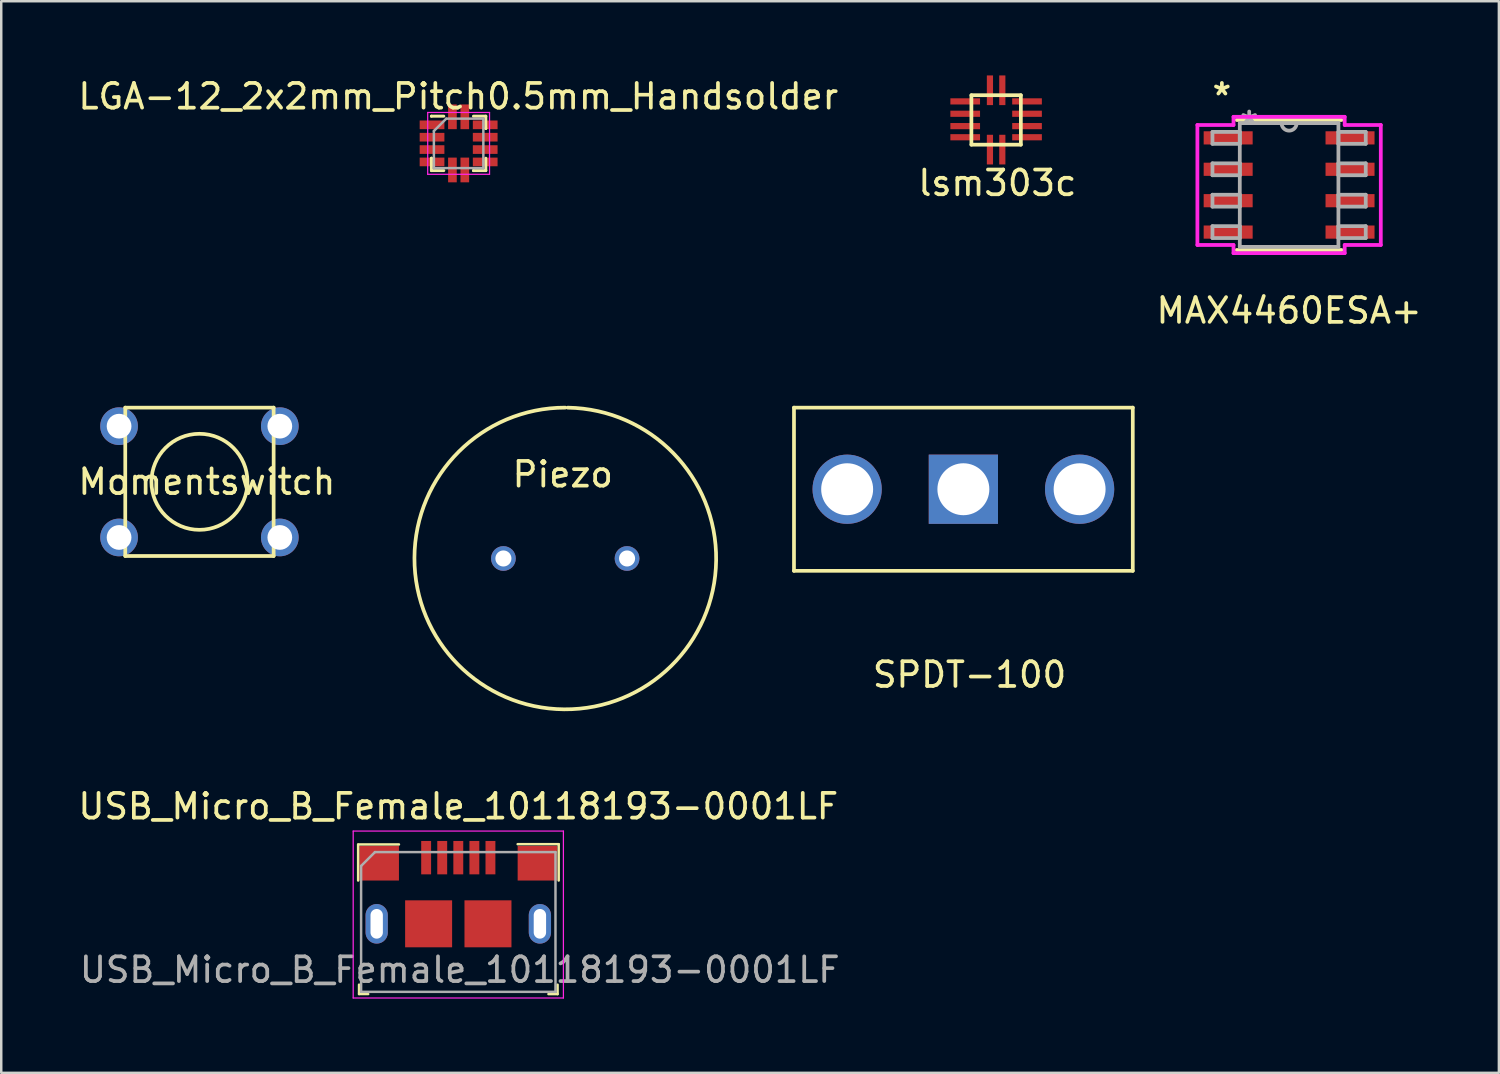
<source format=kicad_pcb>
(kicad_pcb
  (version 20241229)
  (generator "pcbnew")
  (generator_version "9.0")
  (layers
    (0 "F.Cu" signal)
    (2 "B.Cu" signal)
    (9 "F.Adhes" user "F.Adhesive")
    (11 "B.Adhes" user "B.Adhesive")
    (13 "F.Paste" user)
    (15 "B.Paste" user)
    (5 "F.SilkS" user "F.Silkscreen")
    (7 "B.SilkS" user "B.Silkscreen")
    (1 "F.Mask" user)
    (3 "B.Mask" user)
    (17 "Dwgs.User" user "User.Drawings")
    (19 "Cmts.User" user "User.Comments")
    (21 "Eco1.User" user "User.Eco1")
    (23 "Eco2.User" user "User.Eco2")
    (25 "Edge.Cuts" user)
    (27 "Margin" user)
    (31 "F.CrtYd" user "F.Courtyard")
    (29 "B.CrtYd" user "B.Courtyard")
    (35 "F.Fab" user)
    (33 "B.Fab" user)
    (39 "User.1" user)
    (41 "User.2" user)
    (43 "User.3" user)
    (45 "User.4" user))
  (footprint "lsm303c"
    (layer "F.Cu")
    (at 37.23 1.8)
    (property "Reference" "lsm303c" (at 0.05 2.55 0) (layer "F.SilkS") (effects (font (size 1 1) (thickness 0.15))))
    (attr through_hole)
    (fp_line (start -1 -1) (end 1 -1) (stroke (width 0.15) (type solid)) (layer "F.SilkS"))
    (fp_line (start -1 1) (end -1 -1) (stroke (width 0.15) (type solid)) (layer "F.SilkS"))
    (fp_line (start 1 -1) (end 1 1) (stroke (width 0.15) (type solid)) (layer "F.SilkS"))
    (fp_line (start 1 1) (end -1 1) (stroke (width 0.15) (type solid)) (layer "F.SilkS"))
    (pad "1" smd rect (at 1.25 0.7) (size 1.2 0.25) (layers "F.Cu" "F.Mask" "F.Paste"))
    (pad "2" smd rect (at 1.25 0.25) (size 1.2 0.25) (layers "F.Cu" "F.Mask" "F.Paste"))
    (pad "3" smd rect (at 1.25 -0.25) (size 1.2 0.25) (layers "F.Cu" "F.Mask" "F.Paste"))
    (pad "4" smd rect (at 1.25 -0.75) (size 1.2 0.25) (layers "F.Cu" "F.Mask" "F.Paste"))
    (pad "5" smd rect (at 0.25 -1.2) (size 0.25 1.2) (layers "F.Cu" "F.Mask" "F.Paste"))
    (pad "6" smd rect (at -0.25 -1.2) (size 0.25 1.2) (layers "F.Cu" "F.Mask" "F.Paste"))
    (pad "7" smd rect (at -1.25 -0.75) (size 1.2 0.25) (layers "F.Cu" "F.Mask" "F.Paste"))
    (pad "8" smd rect (at -1.25 -0.25) (size 1.2 0.25) (layers "F.Cu" "F.Mask" "F.Paste"))
    (pad "9" smd rect (at -1.25 0.25) (size 1.2 0.25) (layers "F.Cu" "F.Mask" "F.Paste"))
    (pad "10" smd rect (at -1.25 0.7) (size 1.2 0.25) (layers "F.Cu" "F.Mask" "F.Paste"))
    (pad "11" smd rect (at -0.25 1.2) (size 0.25 1.2) (layers "F.Cu" "F.Mask" "F.Paste"))
    (pad "12" smd rect (at 0.25 1.2) (size 0.25 1.2) (layers "F.Cu" "F.Mask" "F.Paste")))
  (footprint "SPDT-100"
    (layer "F.Cu")
    (at 35.906 16.733)
    (property "Reference" "SPDT-100" (at 0.25 7.5 0) (layer "F.SilkS") (effects (font (size 1 1) (thickness 0.15))))
    (attr through_hole)
    (fp_line (start -6.85 3.3) (end -6.85 -3.3) (stroke (width 0.15) (type solid)) (layer "F.SilkS"))
    (fp_line (start -6.85 3.3) (end 6.85 3.3) (stroke (width 0.15) (type solid)) (layer "F.SilkS"))
    (fp_line (start 6.85 -3.3) (end -6.85 -3.3) (stroke (width 0.15) (type solid)) (layer "F.SilkS"))
    (fp_line (start 6.85 3.3) (end 6.85 -3.3) (stroke (width 0.15) (type solid)) (layer "F.SilkS"))
    (pad "1" thru_hole circle (at -4.7 0) (size 2.8 2.8) (drill 2.1) (layers "*.Cu" "*.Mask"))
    (pad "2" thru_hole rect (at 0 0) (size 2.8 2.8) (drill 2.1) (layers "*.Cu" "*.Mask"))
    (pad "3" thru_hole circle (at 4.7 0) (size 2.8 2.8) (drill 2.1) (layers "*.Cu" "*.Mask")))
  (footprint "LGA-12_2x2mm_Pitch0.5mm_Handsolder"
    (layer "F.Cu")
    (at 15.495 2.748)
    (property "Reference" "LGA-12_2x2mm_Pitch0.5mm_Handsolder" (at -0.013 -1.9 0) (layer "F.SilkS") (effects (font (size 1 1) (thickness 0.15))))
    (attr smd)
    (fp_line (start -1.1 -1.1) (end -1.1 -1.1) (stroke (width 0.12) (type solid)) (layer "F.SilkS"))
    (fp_line (start -1.1 0.6) (end -1.1 0.6) (stroke (width 0.12) (type solid)) (layer "F.SilkS"))
    (fp_line (start -1.1 1.1) (end -1.1 0.6) (stroke (width 0.12) (type solid)) (layer "F.SilkS"))
    (fp_line (start -0.6 -1.1) (end -1.1 -1.1) (stroke (width 0.12) (type solid)) (layer "F.SilkS"))
    (fp_line (start -0.6 1.1) (end -1.1 1.1) (stroke (width 0.12) (type solid)) (layer "F.SilkS"))
    (fp_line (start 0.6 -1.1) (end 1.1 -1.1) (stroke (width 0.12) (type solid)) (layer "F.SilkS"))
    (fp_line (start 0.6 1.1) (end 0.6 1.1) (stroke (width 0.12) (type solid)) (layer "F.SilkS"))
    (fp_line (start 1.1 -1.1) (end 1.1 -0.6) (stroke (width 0.12) (type solid)) (layer "F.SilkS"))
    (fp_line (start 1.1 -0.6) (end 1.1 -0.6) (stroke (width 0.12) (type solid)) (layer "F.SilkS"))
    (fp_line (start 1.1 0.6) (end 1.1 1.1) (stroke (width 0.12) (type solid)) (layer "F.SilkS"))
    (fp_line (start 1.1 1.1) (end 0.6 1.1) (stroke (width 0.12) (type solid)) (layer "F.SilkS"))
    (fp_line (start -1.25 -1.25) (end 1.25 -1.25) (stroke (width 0.05) (type solid)) (layer "F.CrtYd"))
    (fp_line (start -1.25 1.25) (end -1.25 -1.25) (stroke (width 0.05) (type solid)) (layer "F.CrtYd"))
    (fp_line (start 1.25 -1.25) (end 1.25 1.25) (stroke (width 0.05) (type solid)) (layer "F.CrtYd"))
    (fp_line (start 1.25 1.25) (end -1.25 1.25) (stroke (width 0.05) (type solid)) (layer "F.CrtYd"))
    (fp_line (start -1 -0.5) (end -0.5 -1) (stroke (width 0.1) (type solid)) (layer "F.Fab"))
    (fp_line (start -1 1) (end -1 -0.5) (stroke (width 0.1) (type solid)) (layer "F.Fab"))
    (fp_line (start -0.5 -1) (end 1 -1) (stroke (width 0.1) (type solid)) (layer "F.Fab"))
    (fp_line (start 1 -1) (end 1 1) (stroke (width 0.1) (type solid)) (layer "F.Fab"))
    (fp_line (start 1 1) (end -1 1) (stroke (width 0.1) (type solid)) (layer "F.Fab"))
    (pad "1" smd rect (at -1.075 -0.75) (size 1 0.35) (layers "F.Cu" "F.Mask" "F.Paste"))
    (pad "2" smd rect (at -1.075 -0.25) (size 1 0.35) (layers "F.Cu" "F.Mask" "F.Paste"))
    (pad "3" smd rect (at -1.075 0.25) (size 1 0.35) (layers "F.Cu" "F.Mask" "F.Paste"))
    (pad "4" smd rect (at -1.075 0.75) (size 1 0.35) (layers "F.Cu" "F.Mask" "F.Paste"))
    (pad "5" smd rect (at -0.25 1.075 270) (size 1 0.35) (layers "F.Cu" "F.Mask" "F.Paste"))
    (pad "6" smd rect (at 0.25 1.075 90) (size 1 0.35) (layers "F.Cu" "F.Mask" "F.Paste"))
    (pad "7" smd rect (at 1.075 0.75) (size 1 0.35) (layers "F.Cu" "F.Mask" "F.Paste"))
    (pad "8" smd rect (at 1.075 0.25) (size 1 0.35) (layers "F.Cu" "F.Mask" "F.Paste"))
    (pad "9" smd rect (at 1.075 -0.25) (size 1 0.35) (layers "F.Cu" "F.Mask" "F.Paste"))
    (pad "10" smd rect (at 1.075 -0.75) (size 1 0.35) (layers "F.Cu" "F.Mask" "F.Paste"))
    (pad "11" smd rect (at 0.25 -1.075 90) (size 1 0.35) (layers "F.Cu" "F.Mask" "F.Paste"))
    (pad "12" smd rect (at -0.25 -1.075 90) (size 1 0.35) (layers "F.Cu" "F.Mask" "F.Paste")))
  (footprint "MAX4460ESA+"
    (layer "F.Cu")
    (at 49.077 4.43)
    (property "Reference" "MAX4460ESA+" (at 0 5.08 0) (layer "F.SilkS") (effects (font (size 1 1) (thickness 0.15))))
    (attr through_hole)
    (fp_line (start -2.121 2.629) (end 2.121 2.629) (stroke (width 0.152) (type solid)) (layer "F.SilkS"))
    (fp_line (start 2.121 -2.629) (end -2.121 -2.629) (stroke (width 0.152) (type solid)) (layer "F.SilkS"))
    (fp_line (start -3.708 -2.426) (end -2.248 -2.426) (stroke (width 0.152) (type solid)) (layer "F.CrtYd"))
    (fp_line (start -3.708 2.426) (end -3.708 -2.426) (stroke (width 0.152) (type solid)) (layer "F.CrtYd"))
    (fp_line (start -2.248 -2.756) (end 2.248 -2.756) (stroke (width 0.152) (type solid)) (layer "F.CrtYd"))
    (fp_line (start -2.248 -2.426) (end -2.248 -2.756) (stroke (width 0.152) (type solid)) (layer "F.CrtYd"))
    (fp_line (start -2.248 2.426) (end -3.708 2.426) (stroke (width 0.152) (type solid)) (layer "F.CrtYd"))
    (fp_line (start -2.248 2.756) (end -2.248 2.426) (stroke (width 0.152) (type solid)) (layer "F.CrtYd"))
    (fp_line (start 2.248 -2.756) (end 2.248 -2.426) (stroke (width 0.152) (type solid)) (layer "F.CrtYd"))
    (fp_line (start 2.248 -2.426) (end 3.708 -2.426) (stroke (width 0.152) (type solid)) (layer "F.CrtYd"))
    (fp_line (start 2.248 2.426) (end 2.248 2.756) (stroke (width 0.152) (type solid)) (layer "F.CrtYd"))
    (fp_line (start 2.248 2.756) (end -2.248 2.756) (stroke (width 0.152) (type solid)) (layer "F.CrtYd"))
    (fp_line (start 3.708 -2.426) (end 3.708 2.426) (stroke (width 0.152) (type solid)) (layer "F.CrtYd"))
    (fp_line (start 3.708 2.426) (end 2.248 2.426) (stroke (width 0.152) (type solid)) (layer "F.CrtYd"))
    (fp_line (start -3.099 -2.146) (end -3.099 -1.664) (stroke (width 0.152) (type solid)) (layer "F.Fab"))
    (fp_line (start -3.099 -1.664) (end -1.994 -1.664) (stroke (width 0.152) (type solid)) (layer "F.Fab"))
    (fp_line (start -3.099 -0.876) (end -3.099 -0.394) (stroke (width 0.152) (type solid)) (layer "F.Fab"))
    (fp_line (start -3.099 -0.394) (end -1.994 -0.394) (stroke (width 0.152) (type solid)) (layer "F.Fab"))
    (fp_line (start -3.099 0.394) (end -3.099 0.876) (stroke (width 0.152) (type solid)) (layer "F.Fab"))
    (fp_line (start -3.099 0.876) (end -1.994 0.876) (stroke (width 0.152) (type solid)) (layer "F.Fab"))
    (fp_line (start -3.099 1.664) (end -3.099 2.146) (stroke (width 0.152) (type solid)) (layer "F.Fab"))
    (fp_line (start -3.099 2.146) (end -1.994 2.146) (stroke (width 0.152) (type solid)) (layer "F.Fab"))
    (fp_line (start -1.994 -2.502) (end -1.994 2.502) (stroke (width 0.152) (type solid)) (layer "F.Fab"))
    (fp_line (start -1.994 -2.146) (end -3.099 -2.146) (stroke (width 0.152) (type solid)) (layer "F.Fab"))
    (fp_line (start -1.994 -1.664) (end -1.994 -2.146) (stroke (width 0.152) (type solid)) (layer "F.Fab"))
    (fp_line (start -1.994 -0.876) (end -3.099 -0.876) (stroke (width 0.152) (type solid)) (layer "F.Fab"))
    (fp_line (start -1.994 -0.394) (end -1.994 -0.876) (stroke (width 0.152) (type solid)) (layer "F.Fab"))
    (fp_line (start -1.994 0.394) (end -3.099 0.394) (stroke (width 0.152) (type solid)) (layer "F.Fab"))
    (fp_line (start -1.994 0.876) (end -1.994 0.394) (stroke (width 0.152) (type solid)) (layer "F.Fab"))
    (fp_line (start -1.994 1.664) (end -3.099 1.664) (stroke (width 0.152) (type solid)) (layer "F.Fab"))
    (fp_line (start -1.994 2.146) (end -1.994 1.664) (stroke (width 0.152) (type solid)) (layer "F.Fab"))
    (fp_line (start -1.994 2.502) (end 1.994 2.502) (stroke (width 0.152) (type solid)) (layer "F.Fab"))
    (fp_line (start 1.994 -2.502) (end -1.994 -2.502) (stroke (width 0.152) (type solid)) (layer "F.Fab"))
    (fp_line (start 1.994 -2.146) (end 1.994 -1.664) (stroke (width 0.152) (type solid)) (layer "F.Fab"))
    (fp_line (start 1.994 -1.664) (end 3.099 -1.664) (stroke (width 0.152) (type solid)) (layer "F.Fab"))
    (fp_line (start 1.994 -0.876) (end 1.994 -0.394) (stroke (width 0.152) (type solid)) (layer "F.Fab"))
    (fp_line (start 1.994 -0.394) (end 3.099 -0.394) (stroke (width 0.152) (type solid)) (layer "F.Fab"))
    (fp_line (start 1.994 0.394) (end 1.994 0.876) (stroke (width 0.152) (type solid)) (layer "F.Fab"))
    (fp_line (start 1.994 0.876) (end 3.099 0.876) (stroke (width 0.152) (type solid)) (layer "F.Fab"))
    (fp_line (start 1.994 1.664) (end 1.994 2.146) (stroke (width 0.152) (type solid)) (layer "F.Fab"))
    (fp_line (start 1.994 2.146) (end 3.099 2.146) (stroke (width 0.152) (type solid)) (layer "F.Fab"))
    (fp_line (start 1.994 2.502) (end 1.994 -2.502) (stroke (width 0.152) (type solid)) (layer "F.Fab"))
    (fp_line (start 3.099 -2.146) (end 1.994 -2.146) (stroke (width 0.152) (type solid)) (layer "F.Fab"))
    (fp_line (start 3.099 -1.664) (end 3.099 -2.146) (stroke (width 0.152) (type solid)) (layer "F.Fab"))
    (fp_line (start 3.099 -0.876) (end 1.994 -0.876) (stroke (width 0.152) (type solid)) (layer "F.Fab"))
    (fp_line (start 3.099 -0.394) (end 3.099 -0.876) (stroke (width 0.152) (type solid)) (layer "F.Fab"))
    (fp_line (start 3.099 0.394) (end 1.994 0.394) (stroke (width 0.152) (type solid)) (layer "F.Fab"))
    (fp_line (start 3.099 0.876) (end 3.099 0.394) (stroke (width 0.152) (type solid)) (layer "F.Fab"))
    (fp_line (start 3.099 1.664) (end 1.994 1.664) (stroke (width 0.152) (type solid)) (layer "F.Fab"))
    (fp_line (start 3.099 2.146) (end 3.099 1.664) (stroke (width 0.152) (type solid)) (layer "F.Fab"))
    (fp_arc (start 0.3048 -2.5019) (mid 0 -2.1971) (end -0.3048 -2.5019) (stroke (width 0.1524) (type solid)) (layer "F.Fab"))
    (fp_text user "*" (at -2.718 -3.581 0) (layer "F.SilkS") (effects (font (size 1 1) (thickness 0.15))))
    (fp_text user "Copyright 2016 Accelerated Designs. All rights reserved." (at 0 0 0) (layer "Cmts.User") (effects (font (size 0.127 0.127) (thickness 0.002))))
    (fp_text user "*" (at -1.613 -2.426 0) (layer "F.Fab") (effects (font (size 1 1) (thickness 0.15))))
    (pad "1" smd rect (at -2.464 -1.905) (size 1.981 0.533) (layers "F.Cu" "F.Mask" "F.Paste"))
    (pad "2" smd rect (at -2.464 -0.635) (size 1.981 0.533) (layers "F.Cu" "F.Mask" "F.Paste"))
    (pad "3" smd rect (at -2.464 0.635) (size 1.981 0.533) (layers "F.Cu" "F.Mask" "F.Paste"))
    (pad "4" smd rect (at -2.464 1.905) (size 1.981 0.533) (layers "F.Cu" "F.Mask" "F.Paste"))
    (pad "5" smd rect (at 2.464 1.905) (size 1.981 0.533) (layers "F.Cu" "F.Mask" "F.Paste"))
    (pad "6" smd rect (at 2.464 0.635) (size 1.981 0.533) (layers "F.Cu" "F.Mask" "F.Paste"))
    (pad "7" smd rect (at 2.464 -0.635) (size 1.981 0.533) (layers "F.Cu" "F.Mask" "F.Paste"))
    (pad "8" smd rect (at 2.464 -1.905) (size 1.981 0.533) (layers "F.Cu" "F.Mask" "F.Paste")))
  (footprint "Piezo"
    (layer "F.Cu")
    (at 19.806 19.533)
    (property "Reference" "Piezo" (at -0.1 -3.4 0) (layer "F.SilkS") (effects (font (size 1 1) (thickness 0.15))))
    (attr through_hole)
    (fp_arc (start 0.101653 -6.099153) (mid -0.050828 6.099788) (end 0 -6.1) (stroke (width 0.15) (type solid)) (layer "F.SilkS"))
    (pad "1" thru_hole circle (at -2.5 0) (size 1 1) (drill 0.65) (layers "*.Cu" "*.Mask"))
    (pad "2" thru_hole circle (at 2.5 0) (size 1 1) (drill 0.65) (layers "*.Cu" "*.Mask")))
  (footprint "Momentswitch"
    (layer "F.Cu")
    (at 5.015 16.433)
    (property "Reference" "Momentswitch" (at 0.3 0 0) (layer "F.SilkS") (effects (font (size 1 1) (thickness 0.15))))
    (attr through_hole)
    (fp_line (start -3 -3) (end 3 -3) (stroke (width 0.15) (type solid)) (layer "F.SilkS"))
    (fp_line (start -3 3) (end -3 -3) (stroke (width 0.15) (type solid)) (layer "F.SilkS"))
    (fp_line (start 3 -3) (end 3 3) (stroke (width 0.15) (type solid)) (layer "F.SilkS"))
    (fp_line (start 3 3) (end -3 3) (stroke (width 0.15) (type solid)) (layer "F.SilkS"))
    (fp_circle (center 0 0) (end 1.6 1.1) (stroke (width 0.15) (type solid)) (fill no) (layer "F.SilkS"))
    (pad "1" thru_hole circle (at -3.25 -2.25) (size 1.524 1.524) (drill 1) (layers "*.Cu" "*.Mask"))
    (pad "2" thru_hole circle (at 3.25 -2.25) (size 1.524 1.524) (drill 1) (layers "*.Cu" "*.Mask"))
    (pad "3" thru_hole circle (at -3.25 2.25) (size 1.524 1.524) (drill 1) (layers "*.Cu" "*.Mask"))
    (pad "4" thru_hole circle (at 3.25 2.25) (size 1.524 1.524) (drill 1) (layers "*.Cu" "*.Mask")))
  (footprint "USB_Micro_B_Female_10118193-0001LF"
    (layer "F.Cu")
    (at 15.482 34.306)
    (property "Reference" "USB_Micro_B_Female_10118193-0001LF" (at 0 -4.75 0) (layer "F.SilkS") (effects (font (size 1 1) (thickness 0.15))))
    (attr through_hole)
    (fp_line (start -4.05 -3.21) (end -2.4 -3.21) (stroke (width 0.1) (type solid)) (layer "F.SilkS"))
    (fp_line (start -4.05 -3.2) (end -4.05 -1.75) (stroke (width 0.1) (type solid)) (layer "F.SilkS"))
    (fp_line (start -4.013 2.46) (end -4.013 2.84) (stroke (width 0.1) (type solid)) (layer "F.SilkS"))
    (fp_line (start -4.013 2.84) (end -3.643 2.84) (stroke (width 0.1) (type solid)) (layer "F.SilkS"))
    (fp_line (start 4.015 2.462) (end 4.015 2.842) (stroke (width 0.1) (type solid)) (layer "F.SilkS"))
    (fp_line (start 4.015 2.842) (end 3.645 2.842) (stroke (width 0.1) (type solid)) (layer "F.SilkS"))
    (fp_line (start 4.06 -3.22) (end 2.4 -3.22) (stroke (width 0.1) (type solid)) (layer "F.SilkS"))
    (fp_line (start 4.06 -3.22) (end 4.06 -1.75) (stroke (width 0.1) (type solid)) (layer "F.SilkS"))
    (fp_line (start -4.25 -3.75) (end -4.25 3) (stroke (width 0.05) (type solid)) (layer "F.CrtYd"))
    (fp_line (start -4.25 -3.75) (end 4.25 -3.75) (stroke (width 0.05) (type solid)) (layer "F.CrtYd"))
    (fp_line (start -4.25 3) (end 4.25 3) (stroke (width 0.05) (type solid)) (layer "F.CrtYd"))
    (fp_line (start 4.25 -3.75) (end 4.25 3) (stroke (width 0.05) (type solid)) (layer "F.CrtYd"))
    (fp_line (start -3.93 -2.34) (end -3.37 -2.9) (stroke (width 0.1) (type solid)) (layer "F.Fab"))
    (fp_line (start -3.93 2.75) (end -3.93 -2.34) (stroke (width 0.1) (type solid)) (layer "F.Fab"))
    (fp_line (start -3.93 2.75) (end 3.93 2.75) (stroke (width 0.1) (type solid)) (layer "F.Fab"))
    (fp_line (start 3.93 -2.9) (end -3.37 -2.9) (stroke (width 0.1) (type solid)) (layer "F.Fab"))
    (fp_line (start 3.93 2.75) (end 3.93 -2.9) (stroke (width 0.1) (type solid)) (layer "F.Fab"))
    (fp_text user "${REFERENCE}" (at 0.06 1.86 0) (layer "F.Fab") (effects (font (size 1 1) (thickness 0.15))))
    (pad "1" smd rect (at -1.3 -2.675) (size 0.4 1.35) (layers "F.Cu" "F.Mask" "F.Paste"))
    (pad "2" smd rect (at -0.65 -2.675) (size 0.4 1.35) (layers "F.Cu" "F.Mask" "F.Paste"))
    (pad "3" smd rect (at 0 -2.675) (size 0.4 1.35) (layers "F.Cu" "F.Mask" "F.Paste"))
    (pad "4" smd rect (at 0.65 -2.675) (size 0.4 1.35) (layers "F.Cu" "F.Mask" "F.Paste"))
    (pad "5" smd rect (at 1.3 -2.675) (size 0.4 1.35) (layers "F.Cu" "F.Mask" "F.Paste"))
    (pad "6" thru_hole oval (at -3.3 0) (size 0.9 1.6) (drill oval 0.5 1.2) (layers "*.Cu" "*.Mask"))
    (pad "6" smd rect (at -3.2 -2.45) (size 1.6 1.4) (layers "F.Cu" "F.Mask" "F.Paste"))
    (pad "6" smd rect (at -1.2 0) (size 1.9 1.9) (layers "F.Cu" "F.Mask" "F.Paste"))
    (pad "6" smd rect (at 1.2 0) (size 1.9 1.9) (layers "F.Cu" "F.Mask" "F.Paste"))
    (pad "6" smd rect (at 3.2 -2.45) (size 1.6 1.4) (layers "F.Cu" "F.Mask" "F.Paste"))
    (pad "6" thru_hole oval (at 3.3 0) (size 0.9 1.6) (drill oval 0.5 1.2) (layers "*.Cu" "*.Mask")))
  (gr_rect
    (start -3 -3)
    (end 57.56 40.331)
    (stroke (width 0.1) (type default))
    (fill no)
    (layer "Edge.Cuts")))
</source>
